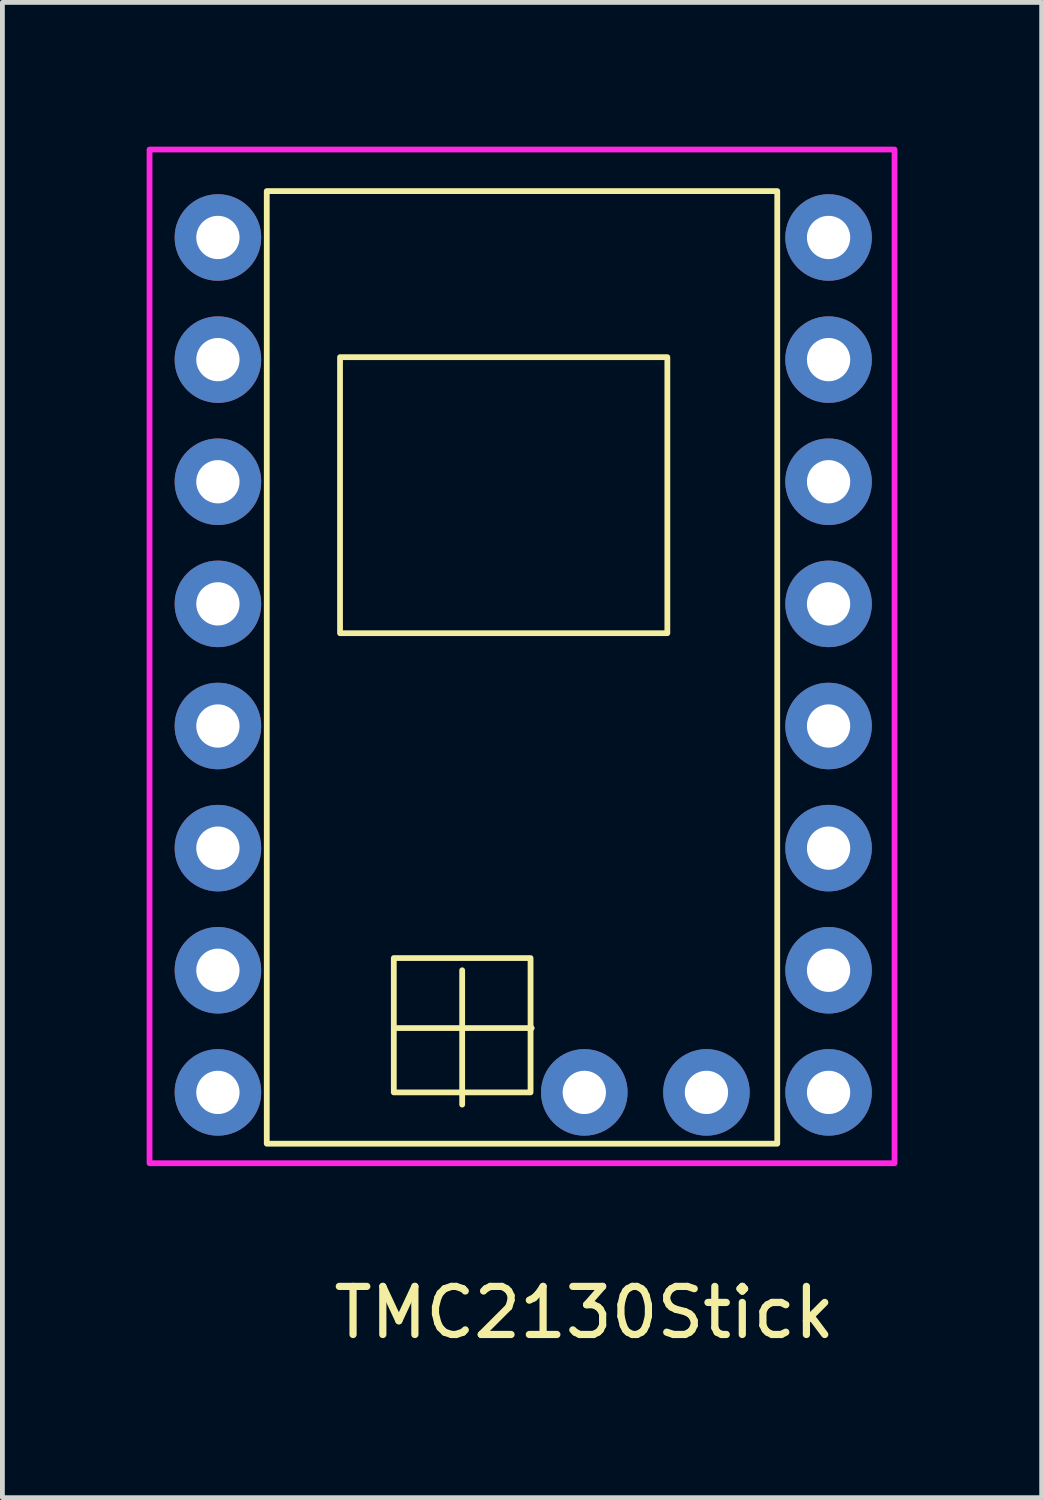
<source format=kicad_pcb>
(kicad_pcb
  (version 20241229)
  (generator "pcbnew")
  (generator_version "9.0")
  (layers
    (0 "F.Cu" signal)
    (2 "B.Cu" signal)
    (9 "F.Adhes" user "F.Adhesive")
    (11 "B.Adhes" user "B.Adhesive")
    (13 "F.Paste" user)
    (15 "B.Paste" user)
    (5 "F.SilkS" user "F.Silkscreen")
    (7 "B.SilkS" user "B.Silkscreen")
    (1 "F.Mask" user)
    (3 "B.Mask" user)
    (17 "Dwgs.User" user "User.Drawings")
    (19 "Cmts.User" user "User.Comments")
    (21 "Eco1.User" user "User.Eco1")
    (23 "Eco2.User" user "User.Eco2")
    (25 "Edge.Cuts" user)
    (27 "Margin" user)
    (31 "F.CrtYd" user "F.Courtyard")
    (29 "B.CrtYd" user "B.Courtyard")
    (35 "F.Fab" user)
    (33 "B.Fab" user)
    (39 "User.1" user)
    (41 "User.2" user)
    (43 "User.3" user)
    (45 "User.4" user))
  (footprint "TMC2130Stick"
    (layer "F.Cu")
    (at 9.102 24.749)
    (property "Reference" "TMC2130Stick" (at 0 -0.5 0) (unlocked yes) (layer "F.SilkS") (effects (font (size 1 1) (thickness 0.15))))
    (attr through_hole)
    (fp_line (start -3.939 -6.418) (end -1.094 -6.418) (stroke (width 0.12) (type default)) (layer "F.SilkS"))
    (fp_line (start -2.54 -7.62) (end -2.54 -4.826) (stroke (width 0.12) (type default)) (layer "F.SilkS"))
    (fp_rect (start -6.604 -23.825) (end 4.013 -4.013) (stroke (width 0.12) (type default)) (fill no) (layer "F.SilkS"))
    (fp_rect (start -5.08 -20.371) (end 1.727 -14.63) (stroke (width 0.12) (type default)) (fill no) (layer "F.SilkS"))
    (fp_rect (start -3.962 -7.874) (end -1.118 -5.08) (stroke (width 0.12) (type default)) (fill no) (layer "F.SilkS"))
    (fp_rect (start -9.042 -24.689) (end 6.452 -3.607) (stroke (width 0.12) (type default)) (fill no) (layer "F.CrtYd"))
    (pad "1" thru_hole circle (at -7.62 -22.86) (size 1.8 1.8) (drill 0.9) (layers "*.Cu" "*.Mask"))
    (pad "2" thru_hole circle (at -7.62 -20.32) (size 1.8 1.8) (drill 0.9) (layers "*.Cu" "*.Mask"))
    (pad "3" thru_hole circle (at -7.62 -17.78) (size 1.8 1.8) (drill 0.9) (layers "*.Cu" "*.Mask"))
    (pad "4" thru_hole circle (at -7.62 -15.24) (size 1.8 1.8) (drill 0.9) (layers "*.Cu" "*.Mask"))
    (pad "5" thru_hole circle (at -7.62 -12.7) (size 1.8 1.8) (drill 0.9) (layers "*.Cu" "*.Mask"))
    (pad "6" thru_hole circle (at -7.62 -10.16) (size 1.8 1.8) (drill 0.9) (layers "*.Cu" "*.Mask"))
    (pad "7" thru_hole circle (at -7.62 -7.62) (size 1.8 1.8) (drill 0.9) (layers "*.Cu" "*.Mask"))
    (pad "8" thru_hole circle (at -7.62 -5.08) (size 1.8 1.8) (drill 0.9) (layers "*.Cu" "*.Mask"))
    (pad "9" thru_hole circle (at 5.08 -5.08) (size 1.8 1.8) (drill 0.9) (layers "*.Cu" "*.Mask"))
    (pad "10" thru_hole circle (at 5.08 -7.62) (size 1.8 1.8) (drill 0.9) (layers "*.Cu" "*.Mask"))
    (pad "11" thru_hole circle (at 5.08 -10.16) (size 1.8 1.8) (drill 0.9) (layers "*.Cu" "*.Mask"))
    (pad "12" thru_hole circle (at 5.08 -12.7) (size 1.8 1.8) (drill 0.9) (layers "*.Cu" "*.Mask"))
    (pad "13" thru_hole circle (at 5.08 -15.24) (size 1.8 1.8) (drill 0.9) (layers "*.Cu" "*.Mask"))
    (pad "14" thru_hole circle (at 5.08 -17.78) (size 1.8 1.8) (drill 0.9) (layers "*.Cu" "*.Mask"))
    (pad "15" thru_hole circle (at 5.08 -20.32) (size 1.8 1.8) (drill 0.9) (layers "*.Cu" "*.Mask"))
    (pad "16" thru_hole circle (at 5.08 -22.86) (size 1.8 1.8) (drill 0.9) (layers "*.Cu" "*.Mask"))
    (pad "17" thru_hole circle (at 2.54 -5.08) (size 1.8 1.8) (drill 0.9) (layers "*.Cu" "*.Mask"))
    (pad "18" thru_hole circle (at 0 -5.08) (size 1.8 1.8) (drill 0.9) (layers "*.Cu" "*.Mask")))
  (gr_rect
    (start -3 -3)
    (end 18.614 28.097)
    (stroke (width 0.1) (type default))
    (fill no)
    (layer "Edge.Cuts")))
</source>
